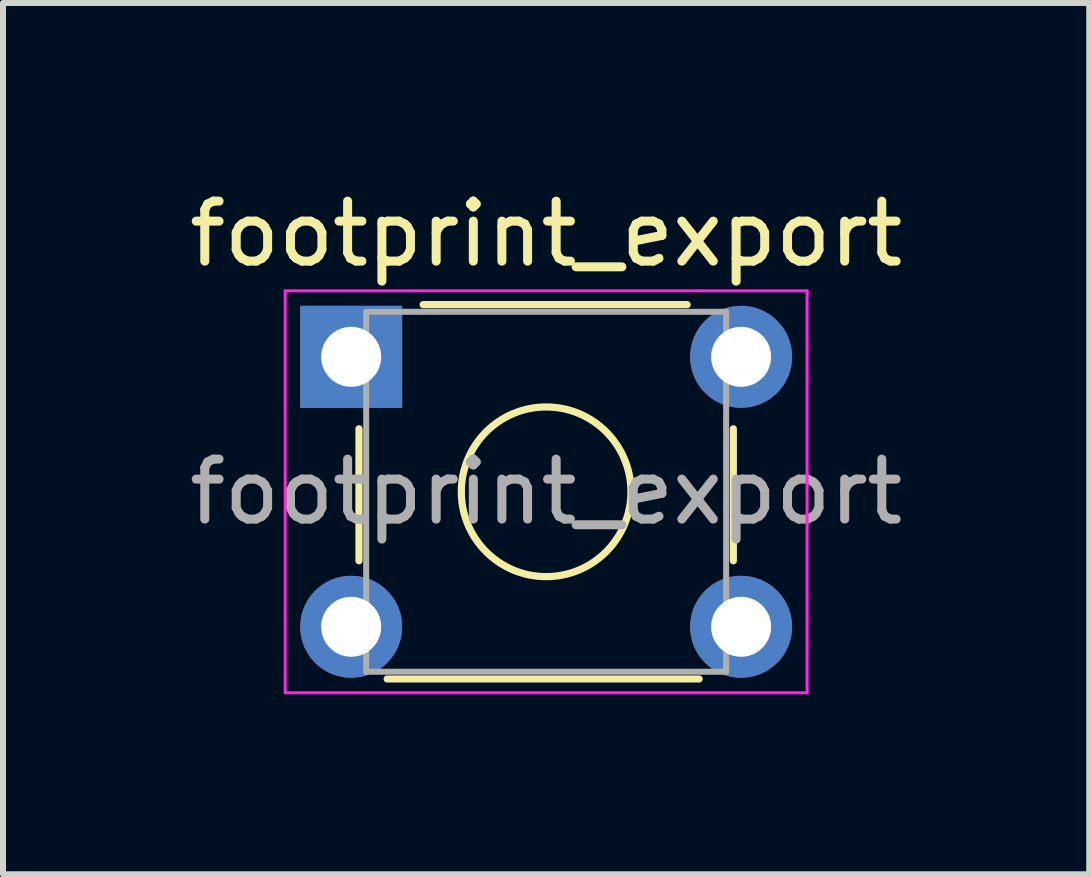
<source format=kicad_pcb>
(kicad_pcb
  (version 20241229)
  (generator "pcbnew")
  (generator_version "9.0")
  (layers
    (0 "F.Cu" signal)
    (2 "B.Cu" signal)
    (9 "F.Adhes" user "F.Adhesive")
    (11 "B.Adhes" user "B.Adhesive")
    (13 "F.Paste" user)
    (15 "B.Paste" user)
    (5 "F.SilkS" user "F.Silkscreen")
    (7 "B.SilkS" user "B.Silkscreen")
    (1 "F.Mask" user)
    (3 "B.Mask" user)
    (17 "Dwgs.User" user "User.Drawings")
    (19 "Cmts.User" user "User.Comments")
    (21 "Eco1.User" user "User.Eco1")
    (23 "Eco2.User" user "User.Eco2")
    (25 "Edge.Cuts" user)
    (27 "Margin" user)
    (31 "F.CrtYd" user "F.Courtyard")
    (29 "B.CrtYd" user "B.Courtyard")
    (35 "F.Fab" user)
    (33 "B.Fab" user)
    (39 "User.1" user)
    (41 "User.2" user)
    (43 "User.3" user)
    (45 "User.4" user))
  (footprint "footprint_export"
    (layer "F.Cu")
    (at 2.804 2.898)
    (property "Reference" "footprint_export" (at 3.25 -2.05 0) (layer "F.SilkS") (effects (font (size 1 1) (thickness 0.15))))
    (attr through_hole)
    (fp_line (start 0.13 3.4) (end 0.13 1.2) (stroke (width 0.12) (type solid)) (layer "F.SilkS"))
    (fp_line (start 0.6 5.37) (end 5.8 5.37) (stroke (width 0.12) (type solid)) (layer "F.SilkS"))
    (fp_line (start 1.2 -0.87) (end 5.6 -0.87) (stroke (width 0.12) (type solid)) (layer "F.SilkS"))
    (fp_line (start 6.37 1.2) (end 6.37 3.4) (stroke (width 0.12) (type solid)) (layer "F.SilkS"))
    (fp_circle (center 3.25 2.25) (end 4.25 3.25) (stroke (width 0.12) (type solid)) (fill no) (layer "F.SilkS"))
    (fp_line (start -1.1 -1.1) (end -1.1 5.6) (stroke (width 0.05) (type solid)) (layer "F.CrtYd"))
    (fp_line (start -1.1 -1.1) (end 7.6 -1.1) (stroke (width 0.05) (type solid)) (layer "F.CrtYd"))
    (fp_line (start -1.1 5.6) (end 7.6 5.6) (stroke (width 0.05) (type solid)) (layer "F.CrtYd"))
    (fp_line (start 7.6 5.6) (end 7.6 -1.1) (stroke (width 0.05) (type solid)) (layer "F.CrtYd"))
    (fp_line (start 0.25 -0.75) (end 0.25 5.25) (stroke (width 0.1) (type solid)) (layer "F.Fab"))
    (fp_line (start 0.25 -0.75) (end 6.25 -0.75) (stroke (width 0.1) (type solid)) (layer "F.Fab"))
    (fp_line (start 0.25 5.25) (end 6.25 5.25) (stroke (width 0.1) (type solid)) (layer "F.Fab"))
    (fp_line (start 6.25 -0.75) (end 6.25 5.25) (stroke (width 0.1) (type solid)) (layer "F.Fab"))
    (fp_text user "${REFERENCE}" (at 3.25 2.25 0) (layer "F.Fab") (effects (font (size 1 1) (thickness 0.15))))
    (pad "1" thru_hole rect (at 0 0) (size 1.7 1.7) (drill 1) (layers "*.Cu" "*.Mask"))
    (pad "1" thru_hole circle (at 6.5 0) (size 1.7 1.7) (drill 1) (layers "*.Cu" "*.Mask"))
    (pad "2" thru_hole circle (at 0 4.5) (size 1.7 1.7) (drill 1) (layers "*.Cu" "*.Mask"))
    (pad "2" thru_hole circle (at 6.5 4.5) (size 1.7 1.7) (drill 1) (layers "*.Cu" "*.Mask")))
  (gr_rect
    (start -3 -3)
    (end 15.107 11.523)
    (stroke (width 0.1) (type default))
    (fill no)
    (layer "Edge.Cuts")))
</source>
